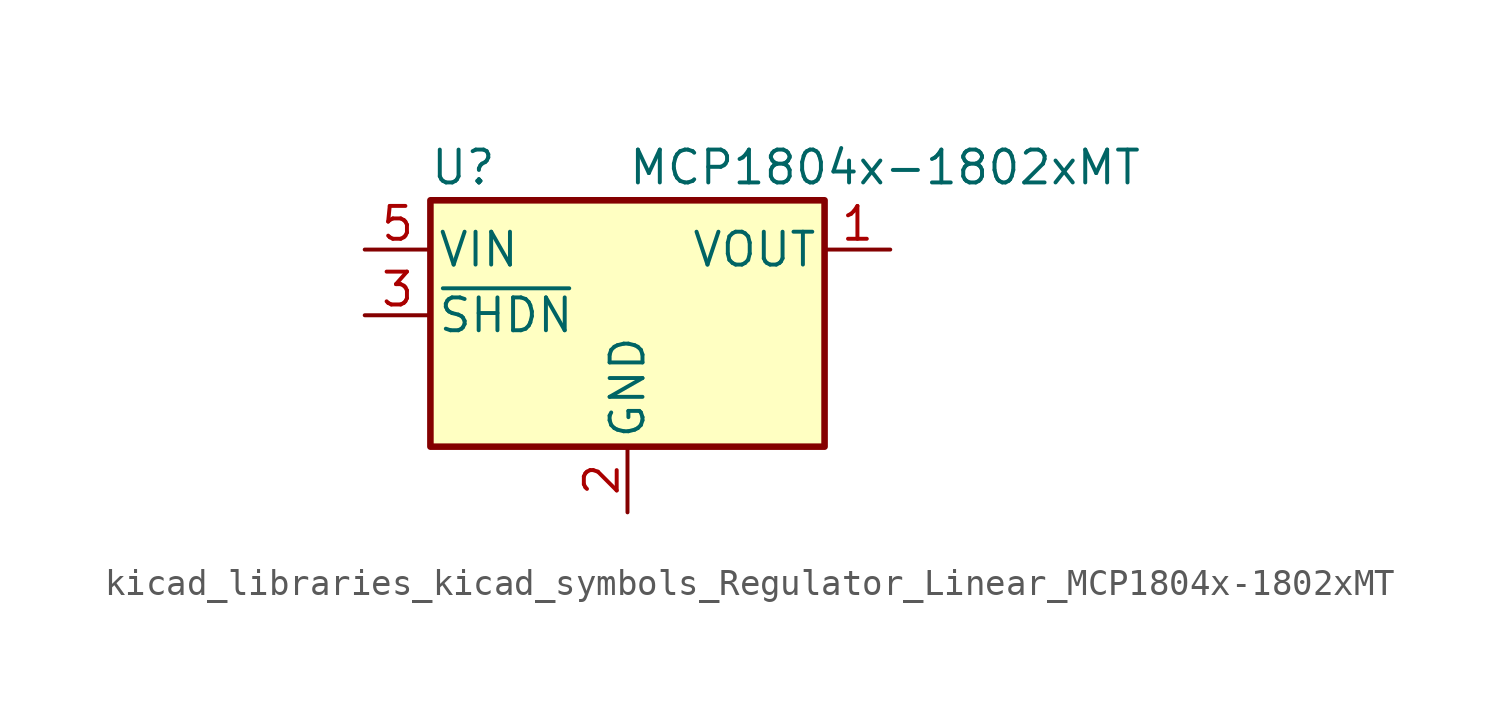
<source format=kicad_sym>
(kicad_symbol_lib
  (version 20220914)
  (generator kicad_symbol_editor)
  (symbol "kicad_libraries_kicad_symbols_Regulator_Linear_MCP1804x-1802xMT"
    (pin_names
      (offset 0.254))
    (property "Reference" "U"
      (at -6.35 5.715 0)
      (effects (font (size 1.27 1.27))))
    (property "Value" "MCP1804x-1802xMT"
      (at 0 5.715 0)
      (effects (font (size 1.27 1.27)) (justify left)))
    (symbol "kicad_libraries_kicad_symbols_Regulator_Linear_MCP1804x-1802xMT_0_1"
      (rectangle (start -7.62 -5.08) (end 7.62 4.445) (stroke (width 0.254) (type default)) (fill (type background))))
    (symbol "kicad_libraries_kicad_symbols_Regulator_Linear_MCP1804x-1802xMT_1_1"
      (pin power_out line (at 10.16 2.54 180) (length 2.54) (name "VOUT" (effects (font (size 1.27 1.27)))) (number "1" (effects (font (size 1.27 1.27)))))
      (pin power_in line (at 0 -7.62 90) (length 2.54) (name "GND" (effects (font (size 1.27 1.27)))) (number "2" (effects (font (size 1.27 1.27)))))
      (pin input line (at -10.16 0 0) (length 2.54) (name "~{SHDN}" (effects (font (size 1.27 1.27)))) (number "3" (effects (font (size 1.27 1.27)))))
      (pin no_connect line (at 7.62 0 180) (length 2.54) hide (name "NC" (effects (font (size 1.27 1.27)))) (number "4" (effects (font (size 1.27 1.27)))))
      (pin power_in line (at -10.16 2.54 0) (length 2.54) (name "VIN" (effects (font (size 1.27 1.27)))) (number "5" (effects (font (size 1.27 1.27))))))))
</source>
